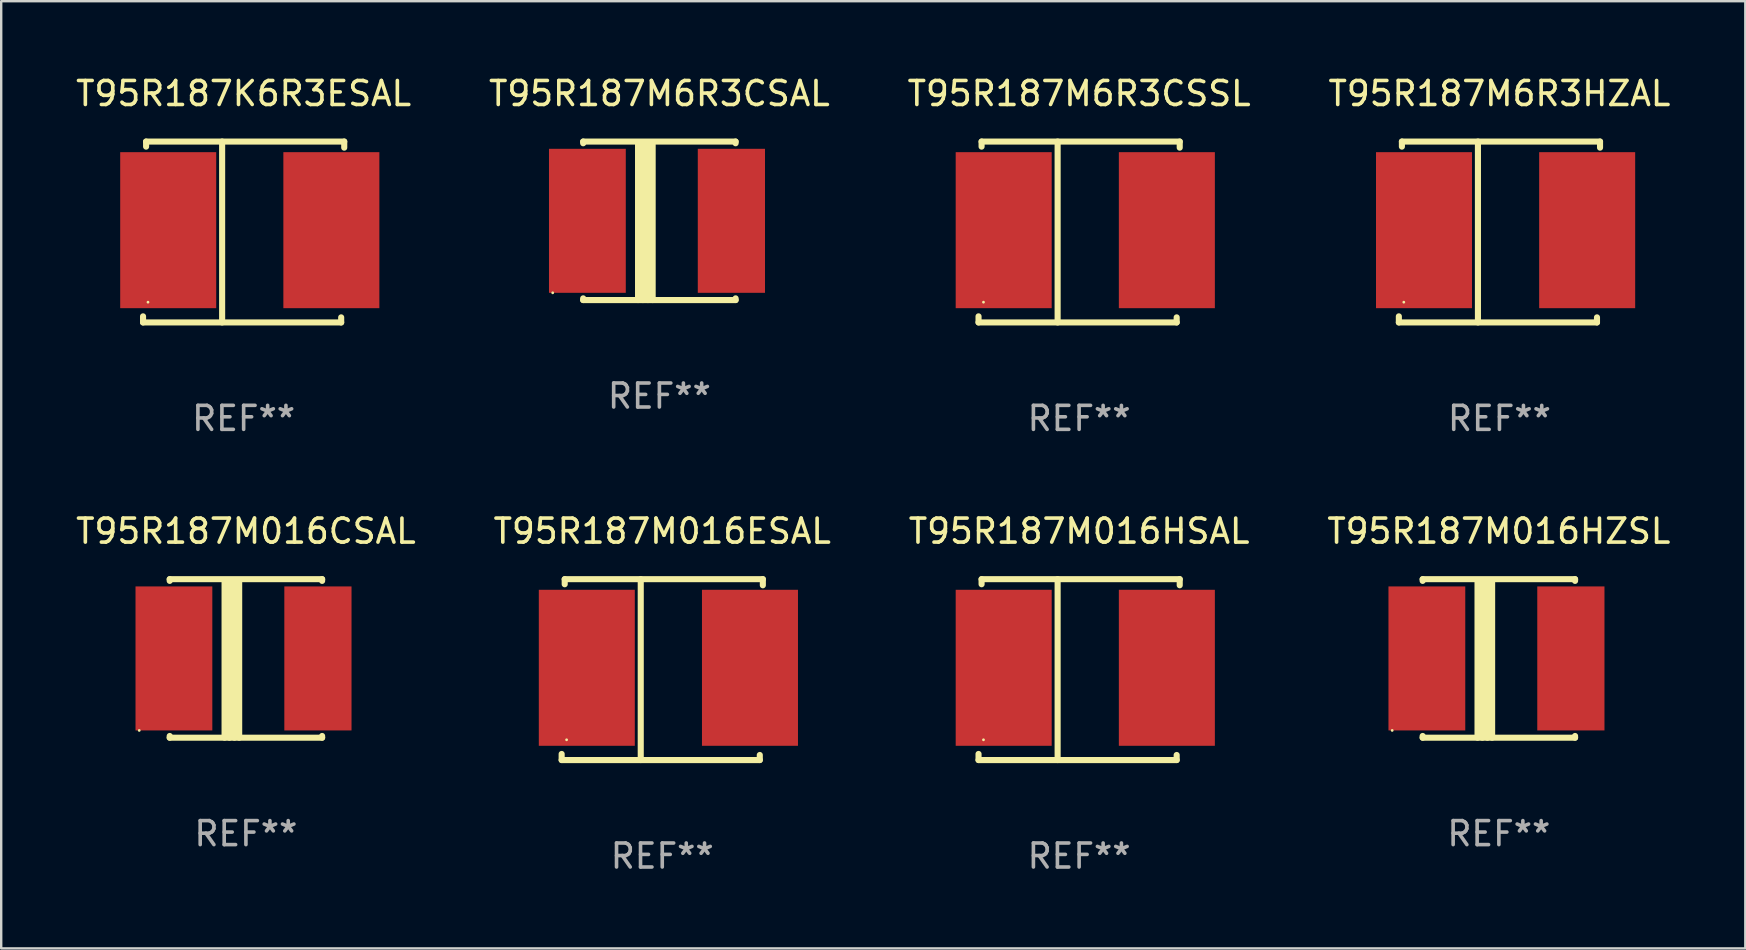
<source format=kicad_pcb>
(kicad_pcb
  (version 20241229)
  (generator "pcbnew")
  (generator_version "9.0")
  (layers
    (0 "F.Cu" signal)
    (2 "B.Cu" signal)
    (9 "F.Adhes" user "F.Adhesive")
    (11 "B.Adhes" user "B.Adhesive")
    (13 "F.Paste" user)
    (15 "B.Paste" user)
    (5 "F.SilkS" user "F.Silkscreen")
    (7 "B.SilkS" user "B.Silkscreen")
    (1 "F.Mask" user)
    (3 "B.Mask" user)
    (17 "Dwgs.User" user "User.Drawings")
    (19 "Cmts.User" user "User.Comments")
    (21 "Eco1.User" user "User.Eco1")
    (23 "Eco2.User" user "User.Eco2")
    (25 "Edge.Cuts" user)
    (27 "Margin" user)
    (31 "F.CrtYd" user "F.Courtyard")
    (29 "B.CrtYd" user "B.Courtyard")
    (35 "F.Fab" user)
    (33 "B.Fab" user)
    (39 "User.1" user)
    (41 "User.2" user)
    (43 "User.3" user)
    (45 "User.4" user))
  (footprint "T95R187M6R3CSSL"
    (layer "F.Cu")
    (at 41.911 6.616)
    (property "Reference" "T95R187M6R3CSSL" (at 0 -5.768 0) (layer "F.SilkS") (effects (font (size 1 1) (thickness 0.15))))
    (attr through_hole)
    (fp_line (start -4.191 3.768) (end -4.191 3.514) (stroke (width 0.254) (type solid)) (layer "F.SilkS"))
    (fp_line (start -4.064 -3.768) (end 4.191 -3.768) (stroke (width 0.254) (type solid)) (layer "F.SilkS"))
    (fp_line (start -4.064 -3.557) (end -4.064 -3.768) (stroke (width 0.254) (type solid)) (layer "F.SilkS"))
    (fp_line (start -0.896 -3.768) (end -0.896 3.768) (stroke (width 0.254) (type solid)) (layer "F.SilkS"))
    (fp_line (start 4.064 3.557) (end 4.064 3.768) (stroke (width 0.254) (type solid)) (layer "F.SilkS"))
    (fp_line (start 4.064 3.768) (end -4.191 3.768) (stroke (width 0.254) (type solid)) (layer "F.SilkS"))
    (fp_line (start 4.191 -3.768) (end 4.191 -3.514) (stroke (width 0.254) (type solid)) (layer "F.SilkS"))
    (fp_circle (center -3.985 2.924) (end -3.955 2.924) (stroke (width 0.06) (type solid)) (fill no) (layer "F.SilkS"))
    (fp_text user "REF**" (at 0 7.768 0) (layer "F.Fab") (effects (font (size 1 1) (thickness 0.15))))
    (pad "1" smd rect (at -3.143 -0.076 270) (size 6.5 4) (layers "F.Cu" "F.Mask" "F.Paste"))
    (pad "2" smd rect (at 3.655 -0.076 270) (size 6.5 4) (layers "F.Cu" "F.Mask" "F.Paste")))
  (footprint "T95R187M6R3CSAL"
    (layer "F.Cu")
    (at 24.423 6.15)
    (property "Reference" "T95R187M6R3CSAL" (at 0 -5.302 0) (layer "F.SilkS") (effects (font (size 1 1) (thickness 0.15))))
    (attr through_hole)
    (fp_line (start -3.175 -3.231) (end -3.175 -3.302) (stroke (width 0.254) (type solid)) (layer "F.SilkS"))
    (fp_line (start -3.175 3.302) (end -3.175 3.231) (stroke (width 0.254) (type solid)) (layer "F.SilkS"))
    (fp_line (start -3.175 3.302) (end 3.175 3.302) (stroke (width 0.254) (type solid)) (layer "F.SilkS"))
    (fp_line (start -0.889 -3.175) (end -0.889 3.302) (stroke (width 0.254) (type solid)) (layer "F.SilkS"))
    (fp_line (start -0.688 -3.175) (end -0.688 3.302) (stroke (width 0.254) (type solid)) (layer "F.SilkS"))
    (fp_line (start -0.478 -3.175) (end -0.478 3.302) (stroke (width 0.254) (type solid)) (layer "F.SilkS"))
    (fp_line (start -0.281 -3.175) (end -0.281 3.302) (stroke (width 0.254) (type solid)) (layer "F.SilkS"))
    (fp_line (start 3.175 -3.302) (end -3.175 -3.302) (stroke (width 0.254) (type solid)) (layer "F.SilkS"))
    (fp_line (start 3.175 -3.302) (end 3.175 -3.231) (stroke (width 0.254) (type solid)) (layer "F.SilkS"))
    (fp_line (start 3.175 3.231) (end 3.175 3.302) (stroke (width 0.254) (type solid)) (layer "F.SilkS"))
    (fp_circle (center -4.445 3) (end -4.415 3) (stroke (width 0.06) (type solid)) (fill no) (layer "F.SilkS"))
    (fp_text user "REF**" (at 0 7.302 0) (layer "F.Fab") (effects (font (size 1 1) (thickness 0.15))))
    (pad "1" smd rect (at -3 0) (size 3.2 6) (layers "F.Cu" "F.Mask" "F.Paste"))
    (pad "2" smd rect (at 3 0) (size 2.8 6) (layers "F.Cu" "F.Mask" "F.Paste")))
  (footprint "T95R187M016ESAL"
    (layer "F.Cu")
    (at 24.542 24.849)
    (property "Reference" "T95R187M016ESAL" (at 0 -5.768 0) (layer "F.SilkS") (effects (font (size 1 1) (thickness 0.15))))
    (attr through_hole)
    (fp_line (start -4.191 3.768) (end -4.191 3.514) (stroke (width 0.254) (type solid)) (layer "F.SilkS"))
    (fp_line (start -4.064 -3.768) (end 4.191 -3.768) (stroke (width 0.254) (type solid)) (layer "F.SilkS"))
    (fp_line (start -4.064 -3.557) (end -4.064 -3.768) (stroke (width 0.254) (type solid)) (layer "F.SilkS"))
    (fp_line (start -0.896 -3.768) (end -0.896 3.768) (stroke (width 0.254) (type solid)) (layer "F.SilkS"))
    (fp_line (start 4.064 3.557) (end 4.064 3.768) (stroke (width 0.254) (type solid)) (layer "F.SilkS"))
    (fp_line (start 4.064 3.768) (end -4.191 3.768) (stroke (width 0.254) (type solid)) (layer "F.SilkS"))
    (fp_line (start 4.191 -3.768) (end 4.191 -3.514) (stroke (width 0.254) (type solid)) (layer "F.SilkS"))
    (fp_circle (center -3.985 2.924) (end -3.955 2.924) (stroke (width 0.06) (type solid)) (fill no) (layer "F.SilkS"))
    (fp_text user "REF**" (at 0 7.768 0) (layer "F.Fab") (effects (font (size 1 1) (thickness 0.15))))
    (pad "1" smd rect (at -3.143 -0.076 270) (size 6.5 4) (layers "F.Cu" "F.Mask" "F.Paste"))
    (pad "2" smd rect (at 3.655 -0.076 270) (size 6.5 4) (layers "F.Cu" "F.Mask" "F.Paste")))
  (footprint "T95R187M016HSAL"
    (layer "F.Cu")
    (at 41.911 24.849)
    (property "Reference" "T95R187M016HSAL" (at 0 -5.768 0) (layer "F.SilkS") (effects (font (size 1 1) (thickness 0.15))))
    (attr through_hole)
    (fp_line (start -4.191 3.768) (end -4.191 3.514) (stroke (width 0.254) (type solid)) (layer "F.SilkS"))
    (fp_line (start -4.064 -3.768) (end 4.191 -3.768) (stroke (width 0.254) (type solid)) (layer "F.SilkS"))
    (fp_line (start -4.064 -3.557) (end -4.064 -3.768) (stroke (width 0.254) (type solid)) (layer "F.SilkS"))
    (fp_line (start -0.896 -3.768) (end -0.896 3.768) (stroke (width 0.254) (type solid)) (layer "F.SilkS"))
    (fp_line (start 4.064 3.557) (end 4.064 3.768) (stroke (width 0.254) (type solid)) (layer "F.SilkS"))
    (fp_line (start 4.064 3.768) (end -4.191 3.768) (stroke (width 0.254) (type solid)) (layer "F.SilkS"))
    (fp_line (start 4.191 -3.768) (end 4.191 -3.514) (stroke (width 0.254) (type solid)) (layer "F.SilkS"))
    (fp_circle (center -3.985 2.924) (end -3.955 2.924) (stroke (width 0.06) (type solid)) (fill no) (layer "F.SilkS"))
    (fp_text user "REF**" (at 0 7.768 0) (layer "F.Fab") (effects (font (size 1 1) (thickness 0.15))))
    (pad "1" smd rect (at -3.143 -0.076 270) (size 6.5 4) (layers "F.Cu" "F.Mask" "F.Paste"))
    (pad "2" smd rect (at 3.655 -0.076 270) (size 6.5 4) (layers "F.Cu" "F.Mask" "F.Paste")))
  (footprint "T95R187K6R3ESAL"
    (layer "F.Cu")
    (at 7.101 6.616)
    (property "Reference" "T95R187K6R3ESAL" (at 0 -5.768 0) (layer "F.SilkS") (effects (font (size 1 1) (thickness 0.15))))
    (attr through_hole)
    (fp_line (start -4.191 3.768) (end -4.191 3.514) (stroke (width 0.254) (type solid)) (layer "F.SilkS"))
    (fp_line (start -4.064 -3.768) (end 4.191 -3.768) (stroke (width 0.254) (type solid)) (layer "F.SilkS"))
    (fp_line (start -4.064 -3.557) (end -4.064 -3.768) (stroke (width 0.254) (type solid)) (layer "F.SilkS"))
    (fp_line (start -0.896 -3.768) (end -0.896 3.768) (stroke (width 0.254) (type solid)) (layer "F.SilkS"))
    (fp_line (start 4.064 3.557) (end 4.064 3.768) (stroke (width 0.254) (type solid)) (layer "F.SilkS"))
    (fp_line (start 4.064 3.768) (end -4.191 3.768) (stroke (width 0.254) (type solid)) (layer "F.SilkS"))
    (fp_line (start 4.191 -3.768) (end 4.191 -3.514) (stroke (width 0.254) (type solid)) (layer "F.SilkS"))
    (fp_circle (center -3.985 2.924) (end -3.955 2.924) (stroke (width 0.06) (type solid)) (fill no) (layer "F.SilkS"))
    (fp_text user "REF**" (at 0 7.768 0) (layer "F.Fab") (effects (font (size 1 1) (thickness 0.15))))
    (pad "1" smd rect (at -3.143 -0.076 270) (size 6.5 4) (layers "F.Cu" "F.Mask" "F.Paste"))
    (pad "2" smd rect (at 3.655 -0.076 270) (size 6.5 4) (layers "F.Cu" "F.Mask" "F.Paste")))
  (footprint "T95R187M016HZSL"
    (layer "F.Cu")
    (at 59.399 24.383)
    (property "Reference" "T95R187M016HZSL" (at 0 -5.302 0) (layer "F.SilkS") (effects (font (size 1 1) (thickness 0.15))))
    (attr through_hole)
    (fp_line (start -3.175 -3.231) (end -3.175 -3.302) (stroke (width 0.254) (type solid)) (layer "F.SilkS"))
    (fp_line (start -3.175 3.302) (end -3.175 3.231) (stroke (width 0.254) (type solid)) (layer "F.SilkS"))
    (fp_line (start -3.175 3.302) (end 3.175 3.302) (stroke (width 0.254) (type solid)) (layer "F.SilkS"))
    (fp_line (start -0.889 -3.175) (end -0.889 3.302) (stroke (width 0.254) (type solid)) (layer "F.SilkS"))
    (fp_line (start -0.688 -3.175) (end -0.688 3.302) (stroke (width 0.254) (type solid)) (layer "F.SilkS"))
    (fp_line (start -0.478 -3.175) (end -0.478 3.302) (stroke (width 0.254) (type solid)) (layer "F.SilkS"))
    (fp_line (start -0.281 -3.175) (end -0.281 3.302) (stroke (width 0.254) (type solid)) (layer "F.SilkS"))
    (fp_line (start 3.175 -3.302) (end -3.175 -3.302) (stroke (width 0.254) (type solid)) (layer "F.SilkS"))
    (fp_line (start 3.175 -3.302) (end 3.175 -3.231) (stroke (width 0.254) (type solid)) (layer "F.SilkS"))
    (fp_line (start 3.175 3.231) (end 3.175 3.302) (stroke (width 0.254) (type solid)) (layer "F.SilkS"))
    (fp_circle (center -4.445 3) (end -4.415 3) (stroke (width 0.06) (type solid)) (fill no) (layer "F.SilkS"))
    (fp_text user "REF**" (at 0 7.302 0) (layer "F.Fab") (effects (font (size 1 1) (thickness 0.15))))
    (pad "1" smd rect (at -3 0) (size 3.2 6) (layers "F.Cu" "F.Mask" "F.Paste"))
    (pad "2" smd rect (at 3 0) (size 2.8 6) (layers "F.Cu" "F.Mask" "F.Paste")))
  (footprint "T95R187M016CSAL"
    (layer "F.Cu")
    (at 7.196 24.383)
    (property "Reference" "T95R187M016CSAL" (at 0 -5.302 0) (layer "F.SilkS") (effects (font (size 1 1) (thickness 0.15))))
    (attr through_hole)
    (fp_line (start -3.175 -3.231) (end -3.175 -3.302) (stroke (width 0.254) (type solid)) (layer "F.SilkS"))
    (fp_line (start -3.175 3.302) (end -3.175 3.231) (stroke (width 0.254) (type solid)) (layer "F.SilkS"))
    (fp_line (start -3.175 3.302) (end 3.175 3.302) (stroke (width 0.254) (type solid)) (layer "F.SilkS"))
    (fp_line (start -0.889 -3.175) (end -0.889 3.302) (stroke (width 0.254) (type solid)) (layer "F.SilkS"))
    (fp_line (start -0.688 -3.175) (end -0.688 3.302) (stroke (width 0.254) (type solid)) (layer "F.SilkS"))
    (fp_line (start -0.478 -3.175) (end -0.478 3.302) (stroke (width 0.254) (type solid)) (layer "F.SilkS"))
    (fp_line (start -0.281 -3.175) (end -0.281 3.302) (stroke (width 0.254) (type solid)) (layer "F.SilkS"))
    (fp_line (start 3.175 -3.302) (end -3.175 -3.302) (stroke (width 0.254) (type solid)) (layer "F.SilkS"))
    (fp_line (start 3.175 -3.302) (end 3.175 -3.231) (stroke (width 0.254) (type solid)) (layer "F.SilkS"))
    (fp_line (start 3.175 3.231) (end 3.175 3.302) (stroke (width 0.254) (type solid)) (layer "F.SilkS"))
    (fp_circle (center -4.445 3) (end -4.415 3) (stroke (width 0.06) (type solid)) (fill no) (layer "F.SilkS"))
    (fp_text user "REF**" (at 0 7.302 0) (layer "F.Fab") (effects (font (size 1 1) (thickness 0.15))))
    (pad "1" smd rect (at -3 0) (size 3.2 6) (layers "F.Cu" "F.Mask" "F.Paste"))
    (pad "2" smd rect (at 3 0) (size 2.8 6) (layers "F.Cu" "F.Mask" "F.Paste")))
  (footprint "T95R187M6R3HZAL"
    (layer "F.Cu")
    (at 59.423 6.616)
    (property "Reference" "T95R187M6R3HZAL" (at 0 -5.768 0) (layer "F.SilkS") (effects (font (size 1 1) (thickness 0.15))))
    (attr through_hole)
    (fp_line (start -4.191 3.768) (end -4.191 3.514) (stroke (width 0.254) (type solid)) (layer "F.SilkS"))
    (fp_line (start -4.064 -3.768) (end 4.191 -3.768) (stroke (width 0.254) (type solid)) (layer "F.SilkS"))
    (fp_line (start -4.064 -3.557) (end -4.064 -3.768) (stroke (width 0.254) (type solid)) (layer "F.SilkS"))
    (fp_line (start -0.896 -3.768) (end -0.896 3.768) (stroke (width 0.254) (type solid)) (layer "F.SilkS"))
    (fp_line (start 4.064 3.557) (end 4.064 3.768) (stroke (width 0.254) (type solid)) (layer "F.SilkS"))
    (fp_line (start 4.064 3.768) (end -4.191 3.768) (stroke (width 0.254) (type solid)) (layer "F.SilkS"))
    (fp_line (start 4.191 -3.768) (end 4.191 -3.514) (stroke (width 0.254) (type solid)) (layer "F.SilkS"))
    (fp_circle (center -3.985 2.924) (end -3.955 2.924) (stroke (width 0.06) (type solid)) (fill no) (layer "F.SilkS"))
    (fp_text user "REF**" (at 0 7.768 0) (layer "F.Fab") (effects (font (size 1 1) (thickness 0.15))))
    (pad "1" smd rect (at -3.143 -0.076 270) (size 6.5 4) (layers "F.Cu" "F.Mask" "F.Paste"))
    (pad "2" smd rect (at 3.655 -0.076 270) (size 6.5 4) (layers "F.Cu" "F.Mask" "F.Paste")))
  (gr_rect
    (start -3 -3)
    (end 69.667 36.465)
    (stroke (width 0.1) (type default))
    (fill no)
    (layer "Edge.Cuts")))
</source>
